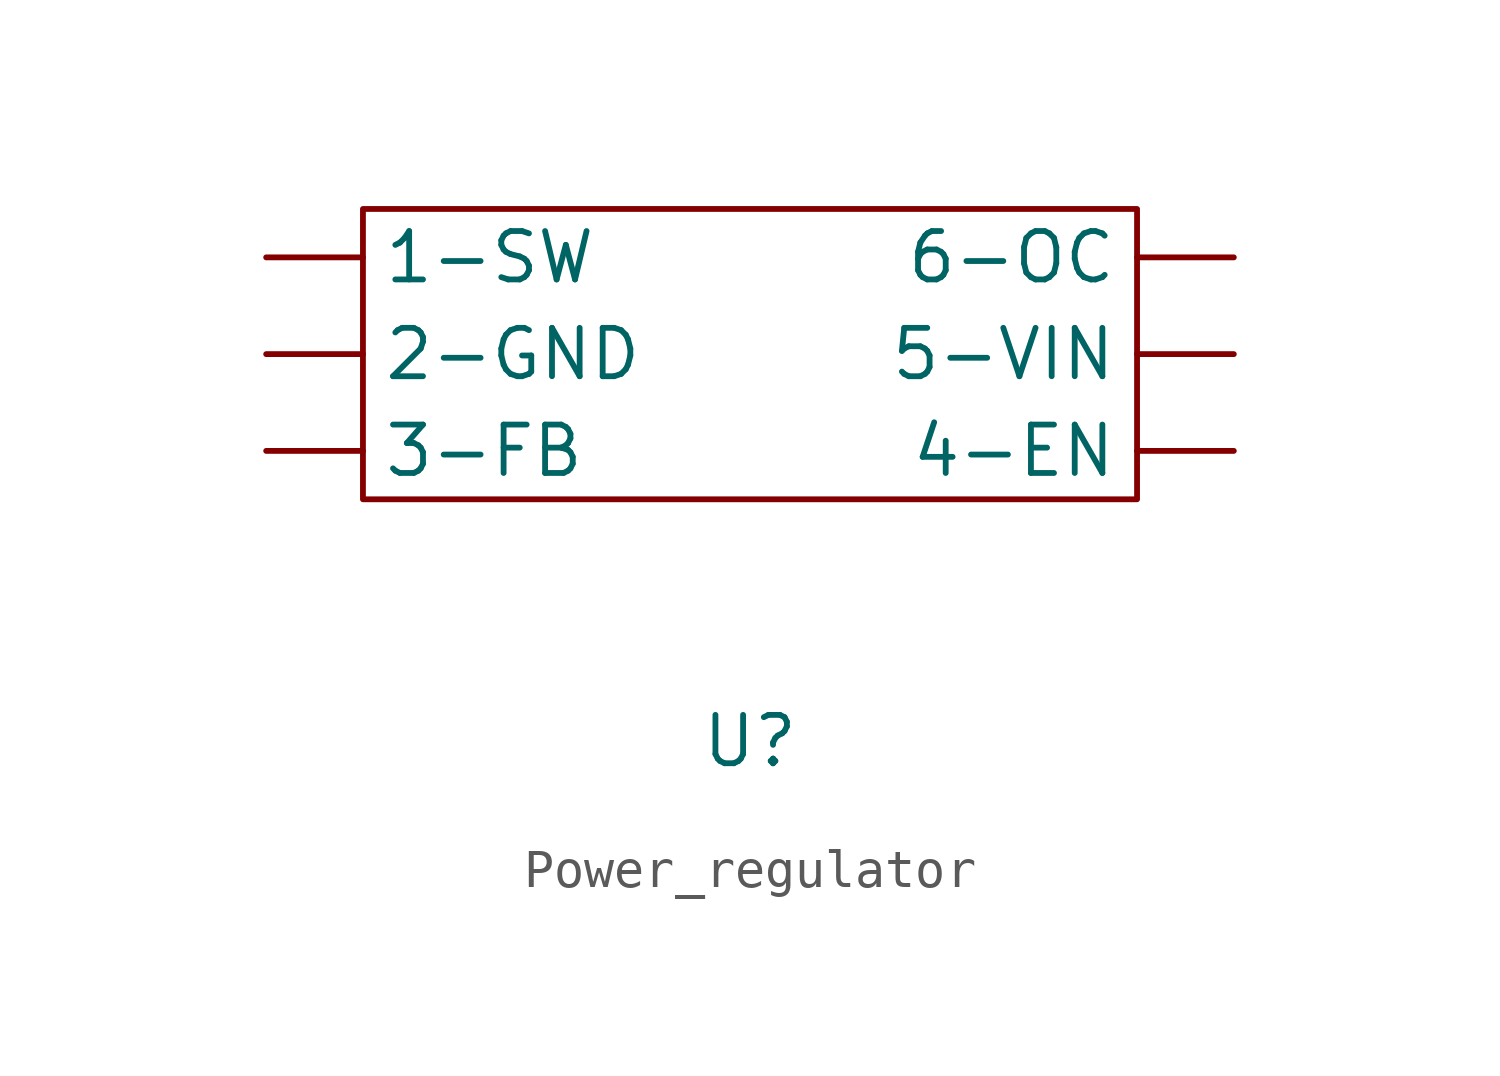
<source format=kicad_sym>
(kicad_symbol_lib
  (version 20241209)
  (generator "kicad_symbol_editor")
  (generator_version "9.0")
  (symbol "Power_regulator"
    (property "Reference" "U"
      (at 0 0 0)
      (effects (font (size 1.27 1.27))))
    (property "Value" ""
      (at 0 0 0)
      (effects (font (size 1.27 1.27))))
    (symbol "Power_regulator_0_1"
      (polyline (pts (xy -10.16 6.35) (xy -10.16 13.97) (xy 10.16 13.97) (xy 10.16 6.35) (xy -10.16 6.35)) (stroke (width 0) (type default)) (fill (type none))))
    (symbol "Power_regulator_1_1"
      (pin input line (at -12.7 12.7 0) (length 2.54) (name "1-SW" (effects (font (size 1.27 1.27)))) (number "" (effects (font (size 1.27 1.27)))))
      (pin input line (at -12.7 10.16 0) (length 2.54) (name "2-GND" (effects (font (size 1.27 1.27)))) (number "" (effects (font (size 1.27 1.27)))))
      (pin input line (at -12.7 7.62 0) (length 2.54) (name "3-FB" (effects (font (size 1.27 1.27)))) (number "" (effects (font (size 1.27 1.27)))))
      (pin input line (at 12.7 12.7 180) (length 2.54) (name "6-OC" (effects (font (size 1.27 1.27)))) (number "" (effects (font (size 1.27 1.27)))))
      (pin input line (at 12.7 10.16 180) (length 2.54) (name "5-VIN" (effects (font (size 1.27 1.27)))) (number "" (effects (font (size 1.27 1.27)))))
      (pin input line (at 12.7 7.62 180) (length 2.54) (name "4-EN" (effects (font (size 1.27 1.27)))) (number "" (effects (font (size 1.27 1.27))))))))
</source>
